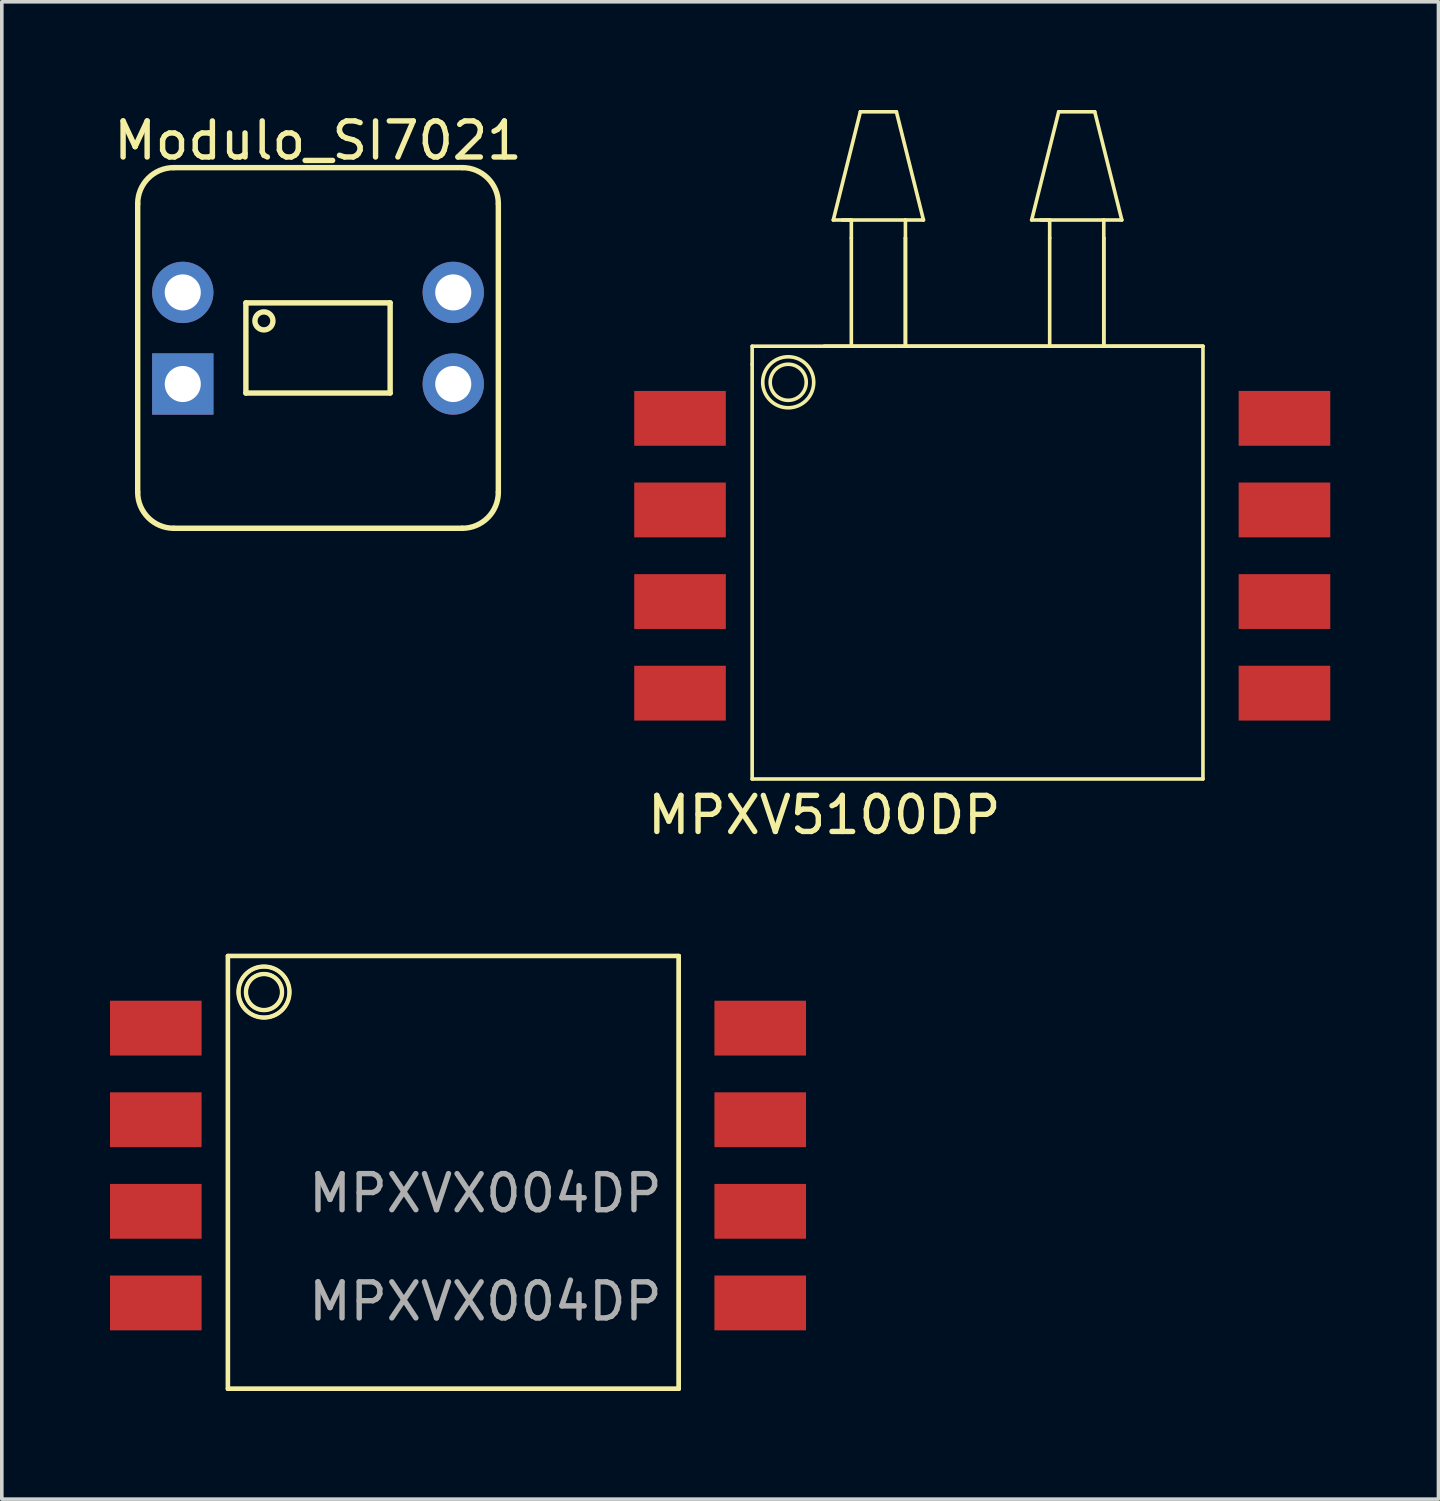
<source format=kicad_pcb>
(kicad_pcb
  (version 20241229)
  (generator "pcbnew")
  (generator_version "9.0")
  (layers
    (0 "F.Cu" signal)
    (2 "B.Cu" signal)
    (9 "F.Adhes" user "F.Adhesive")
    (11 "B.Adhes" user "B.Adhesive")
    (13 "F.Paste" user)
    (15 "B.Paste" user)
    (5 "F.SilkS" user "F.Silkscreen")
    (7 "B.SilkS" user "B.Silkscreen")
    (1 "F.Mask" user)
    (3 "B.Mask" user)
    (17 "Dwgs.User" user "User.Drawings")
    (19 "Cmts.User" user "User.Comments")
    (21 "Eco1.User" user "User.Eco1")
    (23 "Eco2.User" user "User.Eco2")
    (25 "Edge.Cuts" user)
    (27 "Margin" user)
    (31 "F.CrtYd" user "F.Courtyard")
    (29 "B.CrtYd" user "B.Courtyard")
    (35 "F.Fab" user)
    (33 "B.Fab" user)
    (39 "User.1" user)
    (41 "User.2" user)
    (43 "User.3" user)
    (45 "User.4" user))
  (footprint "Modulo_SI7021"
    (layer "F.Cu")
    (at 5.768 6.598)
    (property "Reference" "Modulo_SI7021" (at 0 -5.75 0) (layer "F.SilkS") (effects (font (size 1 1) (thickness 0.15))))
    (attr through_hole)
    (fp_line (start -5 4) (end -5 -4) (stroke (width 0.15) (type solid)) (layer "F.SilkS"))
    (fp_line (start -4 5) (end 4 5) (stroke (width 0.15) (type solid)) (layer "F.SilkS"))
    (fp_line (start -2 -1.25) (end -2 1.25) (stroke (width 0.15) (type solid)) (layer "F.SilkS"))
    (fp_line (start -2 1.25) (end 2 1.25) (stroke (width 0.15) (type solid)) (layer "F.SilkS"))
    (fp_line (start 2 -1.25) (end -2 -1.25) (stroke (width 0.15) (type solid)) (layer "F.SilkS"))
    (fp_line (start 2 1.25) (end 2 -1.25) (stroke (width 0.15) (type solid)) (layer "F.SilkS"))
    (fp_line (start 4 -5) (end -4 -5) (stroke (width 0.15) (type solid)) (layer "F.SilkS"))
    (fp_line (start 5 -4) (end 5 4) (stroke (width 0.15) (type solid)) (layer "F.SilkS"))
    (fp_arc (start -5 -4) (mid -4.707107 -4.707107) (end -4 -5) (stroke (width 0.15) (type solid)) (layer "F.SilkS"))
    (fp_arc (start -4 5) (mid -4.707107 4.707107) (end -5 4) (stroke (width 0.15) (type solid)) (layer "F.SilkS"))
    (fp_arc (start 4 -5) (mid 4.707107 -4.707107) (end 5 -4) (stroke (width 0.15) (type solid)) (layer "F.SilkS"))
    (fp_arc (start 5 4) (mid 4.707107 4.707107) (end 4 5) (stroke (width 0.15) (type solid)) (layer "F.SilkS"))
    (fp_circle (center -1.5 -0.75) (end -1.25 -0.75) (stroke (width 0.15) (type solid)) (fill no) (layer "F.SilkS"))
    (pad "1" thru_hole rect (at -3.75 1) (size 1.7 1.7) (drill 1) (layers "*.Cu" "*.Mask"))
    (pad "2" thru_hole circle (at 3.75 1) (size 1.7 1.7) (drill 1) (layers "*.Cu" "*.Mask"))
    (pad "3" thru_hole circle (at 3.75 -1.54) (size 1.7 1.7) (drill 1) (layers "*.Cu" "*.Mask"))
    (pad "4" thru_hole circle (at -3.75 -1.54) (size 1.7 1.7) (drill 1) (layers "*.Cu" "*.Mask")))
  (footprint "MPXVX004DP"
    (layer "F.Cu")
    (at 10.41 30.538)
    (property "Reference" "MPXVX004DP" (at 0 -0.5 0) (unlocked yes) (layer "F.Fab") (effects (font (size 1 1) (thickness 0.15))))
    (attr smd)
    (fp_line (start -7.14 -7.08) (end -7.14 4.92) (stroke (width 0.12) (type solid)) (layer "F.SilkS"))
    (fp_line (start -7.14 -7.08) (end 5.36 -7.08) (stroke (width 0.1) (type solid)) (layer "F.SilkS"))
    (fp_line (start -7.14 -7.08) (end 5.36 -7.08) (stroke (width 0.12) (type solid)) (layer "F.SilkS"))
    (fp_line (start -7.14 -7.08) (end 5.36 -7.08) (stroke (width 0.12) (type solid)) (layer "F.SilkS"))
    (fp_line (start -7.14 -6.58) (end -7.14 -7.08) (stroke (width 0.1) (type solid)) (layer "F.SilkS"))
    (fp_line (start -7.14 4.92) (end -7.14 -7.08) (stroke (width 0.12) (type solid)) (layer "F.SilkS"))
    (fp_line (start -7.14 4.92) (end -7.14 -6.58) (stroke (width 0.1) (type solid)) (layer "F.SilkS"))
    (fp_line (start 5.36 -7.08) (end -5.14 -7.08) (stroke (width 0.1) (type solid)) (layer "F.SilkS"))
    (fp_line (start 5.36 -7.08) (end 5.36 4.92) (stroke (width 0.1) (type solid)) (layer "F.SilkS"))
    (fp_line (start 5.36 -7.08) (end 5.36 4.92) (stroke (width 0.12) (type solid)) (layer "F.SilkS"))
    (fp_line (start 5.36 -7.08) (end 5.36 4.92) (stroke (width 0.12) (type solid)) (layer "F.SilkS"))
    (fp_line (start 5.36 4.92) (end -7.14 4.92) (stroke (width 0.1) (type solid)) (layer "F.SilkS"))
    (fp_line (start 5.36 4.92) (end -7.14 4.92) (stroke (width 0.12) (type solid)) (layer "F.SilkS"))
    (fp_line (start 5.36 4.92) (end -7.14 4.92) (stroke (width 0.12) (type solid)) (layer "F.SilkS"))
    (fp_circle (center -6.14 -6.08) (end -5.64 -6.08) (stroke (width 0.1) (type solid)) (fill no) (layer "F.SilkS"))
    (fp_circle (center -6.14 -6.08) (end -5.64 -6.08) (stroke (width 0.12) (type solid)) (fill no) (layer "F.SilkS"))
    (fp_circle (center -6.14 -6.08) (end -5.64 -5.58) (stroke (width 0.1) (type solid)) (fill no) (layer "F.SilkS"))
    (fp_circle (center -6.14 -6.08) (end -5.433 -6.08) (stroke (width 0.12) (type solid)) (fill no) (layer "F.SilkS"))
    (fp_text user "${REFERENCE}" (at 0 2.5 0) (unlocked yes) (layer "F.Fab") (effects (font (size 1 1) (thickness 0.15))))
    (pad "1" smd rect (at -9.14 -5.08) (size 2.54 1.52) (layers "F.Cu" "F.Mask" "F.Paste"))
    (pad "2" smd rect (at -9.14 -2.54) (size 2.54 1.52) (layers "F.Cu" "F.Mask" "F.Paste"))
    (pad "3" smd rect (at -9.14 0) (size 2.54 1.52) (layers "F.Cu" "F.Mask" "F.Paste"))
    (pad "4" smd rect (at -9.14 2.54) (size 2.54 1.52) (layers "F.Cu" "F.Mask" "F.Paste"))
    (pad "5" smd rect (at 7.62 2.54) (size 2.54 1.52) (layers "F.Cu" "F.Mask" "F.Paste"))
    (pad "6" smd rect (at 7.62 0) (size 2.54 1.52) (layers "F.Cu" "F.Mask" "F.Paste"))
    (pad "7" smd rect (at 7.62 -2.54) (size 2.54 1.52) (layers "F.Cu" "F.Mask" "F.Paste"))
    (pad "8" smd rect (at 7.62 -5.08) (size 2.54 1.52) (layers "F.Cu" "F.Mask" "F.Paste")))
  (footprint "MPXV5100DP"
    (layer "F.Cu")
    (at 17.806 18.55)
    (property "Reference" "MPXV5100DP" (at 2 1 0) (layer "F.SilkS") (effects (font (size 1 1) (thickness 0.15))))
    (attr through_hole)
    (fp_line (start 0 -12) (end 12.5 -12) (stroke (width 0.1) (type solid)) (layer "F.SilkS"))
    (fp_line (start 0 -11.5) (end 0 -12) (stroke (width 0.1) (type solid)) (layer "F.SilkS"))
    (fp_line (start 0 0) (end 0 -11.5) (stroke (width 0.1) (type solid)) (layer "F.SilkS"))
    (fp_line (start 2.25 -15.5) (end 3 -18.5) (stroke (width 0.1) (type solid)) (layer "F.SilkS"))
    (fp_line (start 2.75 -15.5) (end 2.25 -15.5) (stroke (width 0.1) (type solid)) (layer "F.SilkS"))
    (fp_line (start 2.75 -15) (end 2.75 -15.5) (stroke (width 0.1) (type solid)) (layer "F.SilkS"))
    (fp_line (start 2.75 -12) (end 2.75 -15) (stroke (width 0.1) (type solid)) (layer "F.SilkS"))
    (fp_line (start 4 -18.5) (end 3 -18.5) (stroke (width 0.1) (type solid)) (layer "F.SilkS"))
    (fp_line (start 4 -18.5) (end 4.75 -15.5) (stroke (width 0.1) (type solid)) (layer "F.SilkS"))
    (fp_line (start 4.25 -15.5) (end 2.5 -15.5) (stroke (width 0.1) (type solid)) (layer "F.SilkS"))
    (fp_line (start 4.25 -15.5) (end 4.75 -15.5) (stroke (width 0.1) (type solid)) (layer "F.SilkS"))
    (fp_line (start 4.25 -15) (end 4.25 -15.5) (stroke (width 0.1) (type solid)) (layer "F.SilkS"))
    (fp_line (start 4.25 -15) (end 4.25 -12) (stroke (width 0.1) (type solid)) (layer "F.SilkS"))
    (fp_line (start 4.25 -12) (end 4.25 -15) (stroke (width 0.1) (type solid)) (layer "F.SilkS"))
    (fp_line (start 7.75 -15.5) (end 8.5 -18.5) (stroke (width 0.1) (type solid)) (layer "F.SilkS"))
    (fp_line (start 8.25 -15.5) (end 7.75 -15.5) (stroke (width 0.1) (type solid)) (layer "F.SilkS"))
    (fp_line (start 8.25 -15) (end 8.25 -15.5) (stroke (width 0.1) (type solid)) (layer "F.SilkS"))
    (fp_line (start 8.25 -12) (end 8.25 -15) (stroke (width 0.1) (type solid)) (layer "F.SilkS"))
    (fp_line (start 9.5 -18.5) (end 8.5 -18.5) (stroke (width 0.1) (type solid)) (layer "F.SilkS"))
    (fp_line (start 9.5 -18.5) (end 10.25 -15.5) (stroke (width 0.1) (type solid)) (layer "F.SilkS"))
    (fp_line (start 9.75 -15.5) (end 8 -15.5) (stroke (width 0.1) (type solid)) (layer "F.SilkS"))
    (fp_line (start 9.75 -15.5) (end 10.25 -15.5) (stroke (width 0.1) (type solid)) (layer "F.SilkS"))
    (fp_line (start 9.75 -15) (end 9.75 -15.5) (stroke (width 0.1) (type solid)) (layer "F.SilkS"))
    (fp_line (start 9.75 -15) (end 9.75 -12) (stroke (width 0.1) (type solid)) (layer "F.SilkS"))
    (fp_line (start 9.75 -12) (end 9.75 -15) (stroke (width 0.1) (type solid)) (layer "F.SilkS"))
    (fp_line (start 12.5 -12) (end 2 -12) (stroke (width 0.1) (type solid)) (layer "F.SilkS"))
    (fp_line (start 12.5 -12) (end 12.5 0) (stroke (width 0.1) (type solid)) (layer "F.SilkS"))
    (fp_line (start 12.5 0) (end 0 0) (stroke (width 0.1) (type solid)) (layer "F.SilkS"))
    (fp_circle (center 1 -11) (end 1.5 -11) (stroke (width 0.1) (type solid)) (fill no) (layer "F.SilkS"))
    (fp_circle (center 1 -11) (end 1.5 -10.5) (stroke (width 0.1) (type solid)) (fill no) (layer "F.SilkS"))
    (pad "1" smd rect (at -2 -10) (size 2.54 1.52) (layers "F.Cu" "F.Mask" "F.Paste"))
    (pad "2" smd rect (at -2 -7.46) (size 2.54 1.52) (layers "F.Cu" "F.Mask" "F.Paste"))
    (pad "3" smd rect (at -2 -4.92) (size 2.54 1.52) (layers "F.Cu" "F.Mask" "F.Paste"))
    (pad "4" smd rect (at -2 -2.38) (size 2.54 1.52) (layers "F.Cu" "F.Mask" "F.Paste"))
    (pad "5" smd rect (at 14.76 -2.38) (size 2.54 1.52) (layers "F.Cu" "F.Mask" "F.Paste"))
    (pad "6" smd rect (at 14.76 -4.92) (size 2.54 1.52) (layers "F.Cu" "F.Mask" "F.Paste"))
    (pad "7" smd rect (at 14.76 -7.46) (size 2.54 1.52) (layers "F.Cu" "F.Mask" "F.Paste"))
    (pad "8" smd rect (at 14.76 -10) (size 2.54 1.52) (layers "F.Cu" "F.Mask" "F.Paste")))
  (gr_rect
    (start -3 -3)
    (end 36.836 38.518)
    (stroke (width 0.1) (type default))
    (fill no)
    (layer "Edge.Cuts")))
</source>
